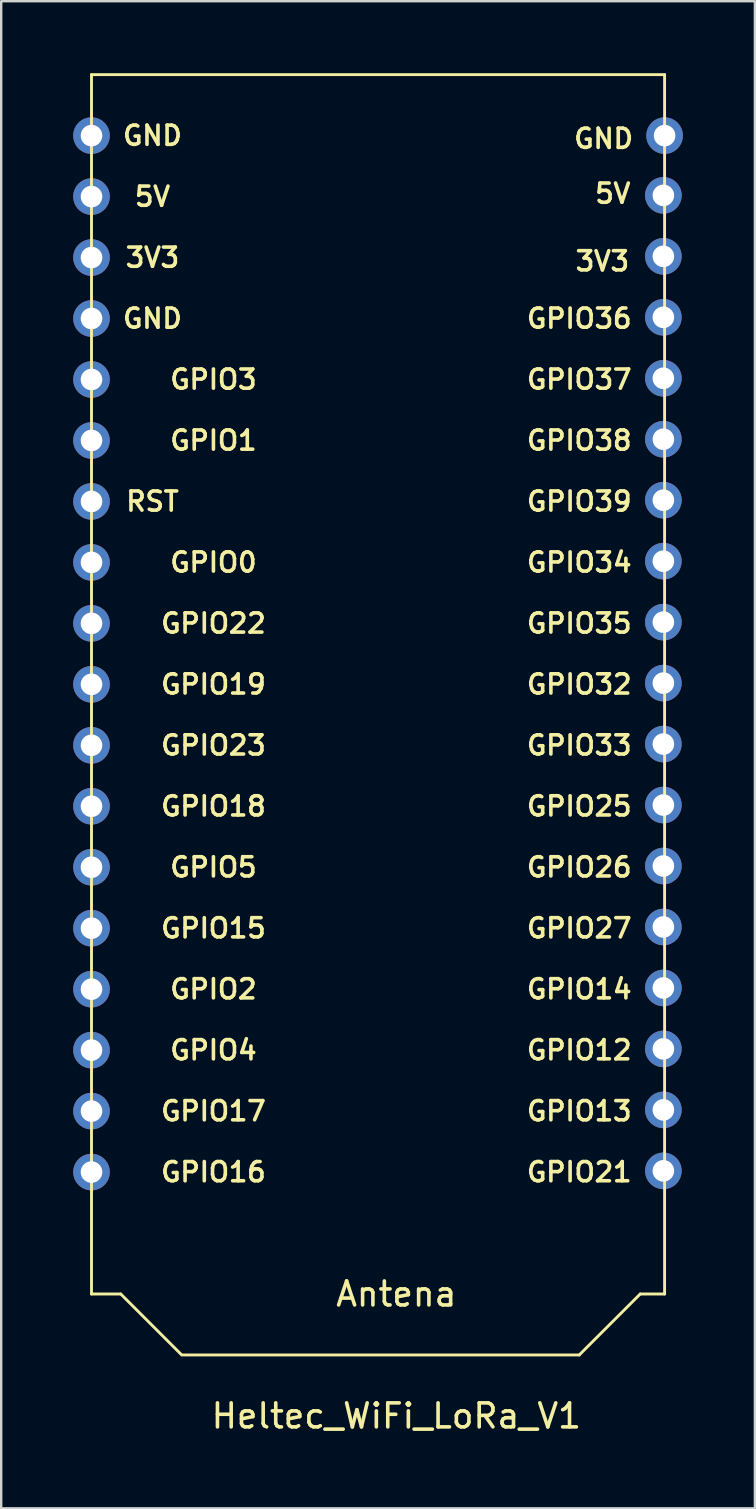
<source format=kicad_pcb>
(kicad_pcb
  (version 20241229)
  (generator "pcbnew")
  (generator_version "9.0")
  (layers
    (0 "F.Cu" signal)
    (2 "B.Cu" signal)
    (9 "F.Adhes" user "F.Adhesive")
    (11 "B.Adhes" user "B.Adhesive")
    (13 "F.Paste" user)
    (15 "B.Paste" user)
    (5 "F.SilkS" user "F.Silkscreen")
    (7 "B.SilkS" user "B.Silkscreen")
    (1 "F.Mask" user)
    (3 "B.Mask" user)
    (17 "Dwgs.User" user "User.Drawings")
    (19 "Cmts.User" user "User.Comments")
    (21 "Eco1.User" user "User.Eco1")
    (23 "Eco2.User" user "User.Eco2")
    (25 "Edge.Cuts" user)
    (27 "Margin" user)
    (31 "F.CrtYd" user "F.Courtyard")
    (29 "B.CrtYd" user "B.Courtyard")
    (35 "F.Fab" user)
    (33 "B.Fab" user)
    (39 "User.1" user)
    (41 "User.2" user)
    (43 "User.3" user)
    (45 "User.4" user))
  (footprint "Heltec_WiFi_LoRa_V1"
    (layer "F.Cu")
    (at 13.462 28)
    (property "Reference" "Heltec_WiFi_LoRa_V1" (at 0 27.94 0) (layer "F.SilkS") (effects (font (size 1 1) (thickness 0.15))))
    (attr through_hole)
    (fp_line (start -12.7 -27.94) (end -12.7 17.78) (stroke (width 0.12) (type solid)) (layer "F.SilkS"))
    (fp_line (start -12.7 -27.94) (end 11.176 -27.94) (stroke (width 0.12) (type solid)) (layer "F.SilkS"))
    (fp_line (start -12.7 17.78) (end -12.7 22.86) (stroke (width 0.12) (type solid)) (layer "F.SilkS"))
    (fp_line (start -12.7 22.86) (end -11.481 22.86) (stroke (width 0.12) (type solid)) (layer "F.SilkS"))
    (fp_line (start -11.481 22.86) (end -8.941 25.4) (stroke (width 0.12) (type solid)) (layer "F.SilkS"))
    (fp_line (start -8.89 25.4) (end 7.62 25.4) (stroke (width 0.12) (type solid)) (layer "F.SilkS"))
    (fp_line (start 7.62 25.4) (end 10.16 22.86) (stroke (width 0.12) (type solid)) (layer "F.SilkS"))
    (fp_line (start 10.16 22.86) (end 11.176 22.86) (stroke (width 0.12) (type solid)) (layer "F.SilkS"))
    (fp_line (start 11.176 17.729) (end 11.176 -27.94) (stroke (width 0.12) (type solid)) (layer "F.SilkS"))
    (fp_line (start 11.176 22.86) (end 11.176 17.628) (stroke (width 0.12) (type solid)) (layer "F.SilkS"))
    (fp_text user "GPIO35" (at 7.62 -5.08 0) (layer "F.SilkS") (effects (font (size 0.8 0.8) (thickness 0.15))))
    (fp_text user "GPIO22" (at -7.62 -5.08 0) (layer "F.SilkS") (effects (font (size 0.8 0.8) (thickness 0.15))))
    (fp_text user "GPIO21" (at 7.62 17.78 0) (layer "F.SilkS") (effects (font (size 0.8 0.8) (thickness 0.15))))
    (fp_text user "GPIO33" (at 7.62 0 0) (layer "F.SilkS") (effects (font (size 0.8 0.8) (thickness 0.15))))
    (fp_text user "GND" (at -10.16 -25.4 0) (layer "F.SilkS") (effects (font (size 0.8 0.8) (thickness 0.15))))
    (fp_text user "GPIO23" (at -7.62 0 0) (layer "F.SilkS") (effects (font (size 0.8 0.8) (thickness 0.15))))
    (fp_text user "GND" (at 8.636 -25.273 0) (layer "F.SilkS") (effects (font (size 0.8 0.8) (thickness 0.15))))
    (fp_text user "GPIO15" (at -7.62 7.62 0) (layer "F.SilkS") (effects (font (size 0.8 0.8) (thickness 0.15))))
    (fp_text user "GPIO32" (at 7.62 -2.54 0) (layer "F.SilkS") (effects (font (size 0.8 0.8) (thickness 0.15))))
    (fp_text user "GPIO3" (at -7.62 -15.24 0) (layer "F.SilkS") (effects (font (size 0.8 0.8) (thickness 0.15))))
    (fp_text user "GPIO26" (at 7.62 5.08 0) (layer "F.SilkS") (effects (font (size 0.8 0.8) (thickness 0.15))))
    (fp_text user "Antena" (at 0 22.86 0) (layer "F.SilkS") (effects (font (size 1 1) (thickness 0.15))))
    (fp_text user "GPIO37" (at 7.62 -15.24 0) (layer "F.SilkS") (effects (font (size 0.8 0.8) (thickness 0.15))))
    (fp_text user "5V" (at -10.16 -22.86 0) (layer "F.SilkS") (effects (font (size 0.8 0.8) (thickness 0.15))))
    (fp_text user "3V3" (at -10.16 -20.32 0) (layer "F.SilkS") (effects (font (size 0.8 0.8) (thickness 0.15))))
    (fp_text user "GPIO1" (at -7.62 -12.7 0) (layer "F.SilkS") (effects (font (size 0.8 0.8) (thickness 0.15))))
    (fp_text user "GPIO14" (at 7.62 10.16 0) (layer "F.SilkS") (effects (font (size 0.8 0.8) (thickness 0.15))))
    (fp_text user "GPIO18" (at -7.62 2.54 0) (layer "F.SilkS") (effects (font (size 0.8 0.8) (thickness 0.15))))
    (fp_text user "GPIO12" (at 7.62 12.7 0) (layer "F.SilkS") (effects (font (size 0.8 0.8) (thickness 0.15))))
    (fp_text user "GPIO17" (at -7.62 15.24 0) (layer "F.SilkS") (effects (font (size 0.8 0.8) (thickness 0.15))))
    (fp_text user "GPIO19" (at -7.62 -2.54 0) (layer "F.SilkS") (effects (font (size 0.8 0.8) (thickness 0.15))))
    (fp_text user "GPIO16" (at -7.62 17.78 0) (layer "F.SilkS") (effects (font (size 0.8 0.8) (thickness 0.15))))
    (fp_text user "5V" (at 9.017 -22.987 0) (layer "F.SilkS") (effects (font (size 0.8 0.8) (thickness 0.15))))
    (fp_text user "GPIO34" (at 7.62 -7.62 0) (layer "F.SilkS") (effects (font (size 0.8 0.8) (thickness 0.15))))
    (fp_text user "GND" (at -10.16 -17.78 0) (layer "F.SilkS") (effects (font (size 0.8 0.8) (thickness 0.15))))
    (fp_text user "GPIO27" (at 7.62 7.62 0) (layer "F.SilkS") (effects (font (size 0.8 0.8) (thickness 0.15))))
    (fp_text user "GPIO25" (at 7.62 2.54 0) (layer "F.SilkS") (effects (font (size 0.8 0.8) (thickness 0.15))))
    (fp_text user "GPIO13" (at 7.62 15.24 0) (layer "F.SilkS") (effects (font (size 0.8 0.8) (thickness 0.15))))
    (fp_text user "GPIO0" (at -7.62 -7.62 0) (layer "F.SilkS") (effects (font (size 0.8 0.8) (thickness 0.15))))
    (fp_text user "GPIO38" (at 7.62 -12.7 0) (layer "F.SilkS") (effects (font (size 0.8 0.8) (thickness 0.15))))
    (fp_text user "GPIO5" (at -7.62 5.08 0) (layer "F.SilkS") (effects (font (size 0.8 0.8) (thickness 0.15))))
    (fp_text user "GPIO2" (at -7.62 10.16 0) (layer "F.SilkS") (effects (font (size 0.8 0.8) (thickness 0.15))))
    (fp_text user "GPIO36" (at 7.62 -17.78 0) (layer "F.SilkS") (effects (font (size 0.8 0.8) (thickness 0.15))))
    (fp_text user "GPIO4" (at -7.62 12.7 0) (layer "F.SilkS") (effects (font (size 0.8 0.8) (thickness 0.15))))
    (fp_text user "RST" (at -10.16 -10.16 0) (layer "F.SilkS") (effects (font (size 0.8 0.8) (thickness 0.15))))
    (fp_text user "3V3" (at 8.585 -20.168 0) (layer "F.SilkS") (effects (font (size 0.8 0.8) (thickness 0.15))))
    (fp_text user "GPIO39" (at 7.62 -10.16 0) (layer "F.SilkS") (effects (font (size 0.8 0.8) (thickness 0.15))))
    (pad "1" thru_hole circle (at -12.7 -25.4) (size 1.524 1.524) (drill 0.9) (layers "*.Cu" "*.Mask"))
    (pad "2" thru_hole circle (at -12.7 -22.86) (size 1.524 1.524) (drill 0.9) (layers "*.Cu" "*.Mask"))
    (pad "3" thru_hole circle (at -12.7 -20.32) (size 1.524 1.524) (drill 0.9) (layers "*.Cu" "*.Mask"))
    (pad "4" thru_hole circle (at -12.7 -17.78) (size 1.524 1.524) (drill 0.9) (layers "*.Cu" "*.Mask"))
    (pad "5" thru_hole circle (at -12.7 -15.24) (size 1.524 1.524) (drill 0.9) (layers "*.Cu" "*.Mask"))
    (pad "6" thru_hole circle (at -12.7 -12.7) (size 1.524 1.524) (drill 0.9) (layers "*.Cu" "*.Mask"))
    (pad "7" thru_hole circle (at -12.7 -10.16) (size 1.524 1.524) (drill 0.9) (layers "*.Cu" "*.Mask"))
    (pad "8" thru_hole circle (at -12.7 -7.62) (size 1.524 1.524) (drill 0.9) (layers "*.Cu" "*.Mask"))
    (pad "9" thru_hole circle (at -12.7 -5.08) (size 1.524 1.524) (drill 0.9) (layers "*.Cu" "*.Mask"))
    (pad "10" thru_hole circle (at -12.7 -2.54) (size 1.524 1.524) (drill 0.9) (layers "*.Cu" "*.Mask"))
    (pad "11" thru_hole circle (at -12.7 0) (size 1.524 1.524) (drill 0.9) (layers "*.Cu" "*.Mask"))
    (pad "12" thru_hole circle (at -12.7 2.54) (size 1.524 1.524) (drill 0.9) (layers "*.Cu" "*.Mask"))
    (pad "13" thru_hole circle (at -12.7 5.08) (size 1.524 1.524) (drill 0.9) (layers "*.Cu" "*.Mask"))
    (pad "14" thru_hole circle (at -12.7 7.62) (size 1.524 1.524) (drill 0.9) (layers "*.Cu" "*.Mask"))
    (pad "15" thru_hole circle (at -12.7 10.16) (size 1.524 1.524) (drill 0.9) (layers "*.Cu" "*.Mask"))
    (pad "16" thru_hole circle (at -12.7 12.7) (size 1.524 1.524) (drill 0.9) (layers "*.Cu" "*.Mask"))
    (pad "17" thru_hole circle (at -12.7 15.24) (size 1.524 1.524) (drill 0.9) (layers "*.Cu" "*.Mask"))
    (pad "18" thru_hole circle (at -12.7 17.78) (size 1.524 1.524) (drill 0.9) (layers "*.Cu" "*.Mask"))
    (pad "19" thru_hole circle (at 11.125 17.729) (size 1.524 1.524) (drill 0.9) (layers "*.Cu" "*.Mask"))
    (pad "20" thru_hole circle (at 11.125 15.189) (size 1.524 1.524) (drill 0.9) (layers "*.Cu" "*.Mask"))
    (pad "21" thru_hole circle (at 11.125 12.649) (size 1.524 1.524) (drill 0.9) (layers "*.Cu" "*.Mask"))
    (pad "22" thru_hole circle (at 11.125 10.109) (size 1.524 1.524) (drill 0.9) (layers "*.Cu" "*.Mask"))
    (pad "23" thru_hole circle (at 11.125 7.569) (size 1.524 1.524) (drill 0.9) (layers "*.Cu" "*.Mask"))
    (pad "24" thru_hole circle (at 11.125 5.029) (size 1.524 1.524) (drill 0.9) (layers "*.Cu" "*.Mask"))
    (pad "25" thru_hole circle (at 11.125 2.489) (size 1.524 1.524) (drill 0.9) (layers "*.Cu" "*.Mask"))
    (pad "26" thru_hole circle (at 11.125 -0.051) (size 1.524 1.524) (drill 0.9) (layers "*.Cu" "*.Mask"))
    (pad "27" thru_hole circle (at 11.125 -2.591) (size 1.524 1.524) (drill 0.9) (layers "*.Cu" "*.Mask"))
    (pad "28" thru_hole circle (at 11.125 -5.131) (size 1.524 1.524) (drill 0.9) (layers "*.Cu" "*.Mask"))
    (pad "29" thru_hole circle (at 11.125 -7.671) (size 1.524 1.524) (drill 0.9) (layers "*.Cu" "*.Mask"))
    (pad "30" thru_hole circle (at 11.125 -10.211) (size 1.524 1.524) (drill 0.9) (layers "*.Cu" "*.Mask"))
    (pad "31" thru_hole circle (at 11.125 -12.751) (size 1.524 1.524) (drill 0.9) (layers "*.Cu" "*.Mask"))
    (pad "32" thru_hole circle (at 11.125 -15.291) (size 1.524 1.524) (drill 0.9) (layers "*.Cu" "*.Mask"))
    (pad "33" thru_hole circle (at 11.125 -17.831) (size 1.524 1.524) (drill 0.9) (layers "*.Cu" "*.Mask"))
    (pad "34" thru_hole circle (at 11.125 -20.371) (size 1.524 1.524) (drill 0.9) (layers "*.Cu" "*.Mask"))
    (pad "35" thru_hole circle (at 11.125 -22.911) (size 1.524 1.524) (drill 0.9) (layers "*.Cu" "*.Mask"))
    (pad "36" thru_hole circle (at 11.176 -25.4) (size 1.524 1.524) (drill 0.9) (layers "*.Cu" "*.Mask")))
  (gr_rect
    (start -3 -3)
    (end 28.4 59.788)
    (stroke (width 0.1) (type default))
    (fill no)
    (layer "Edge.Cuts")))
</source>
